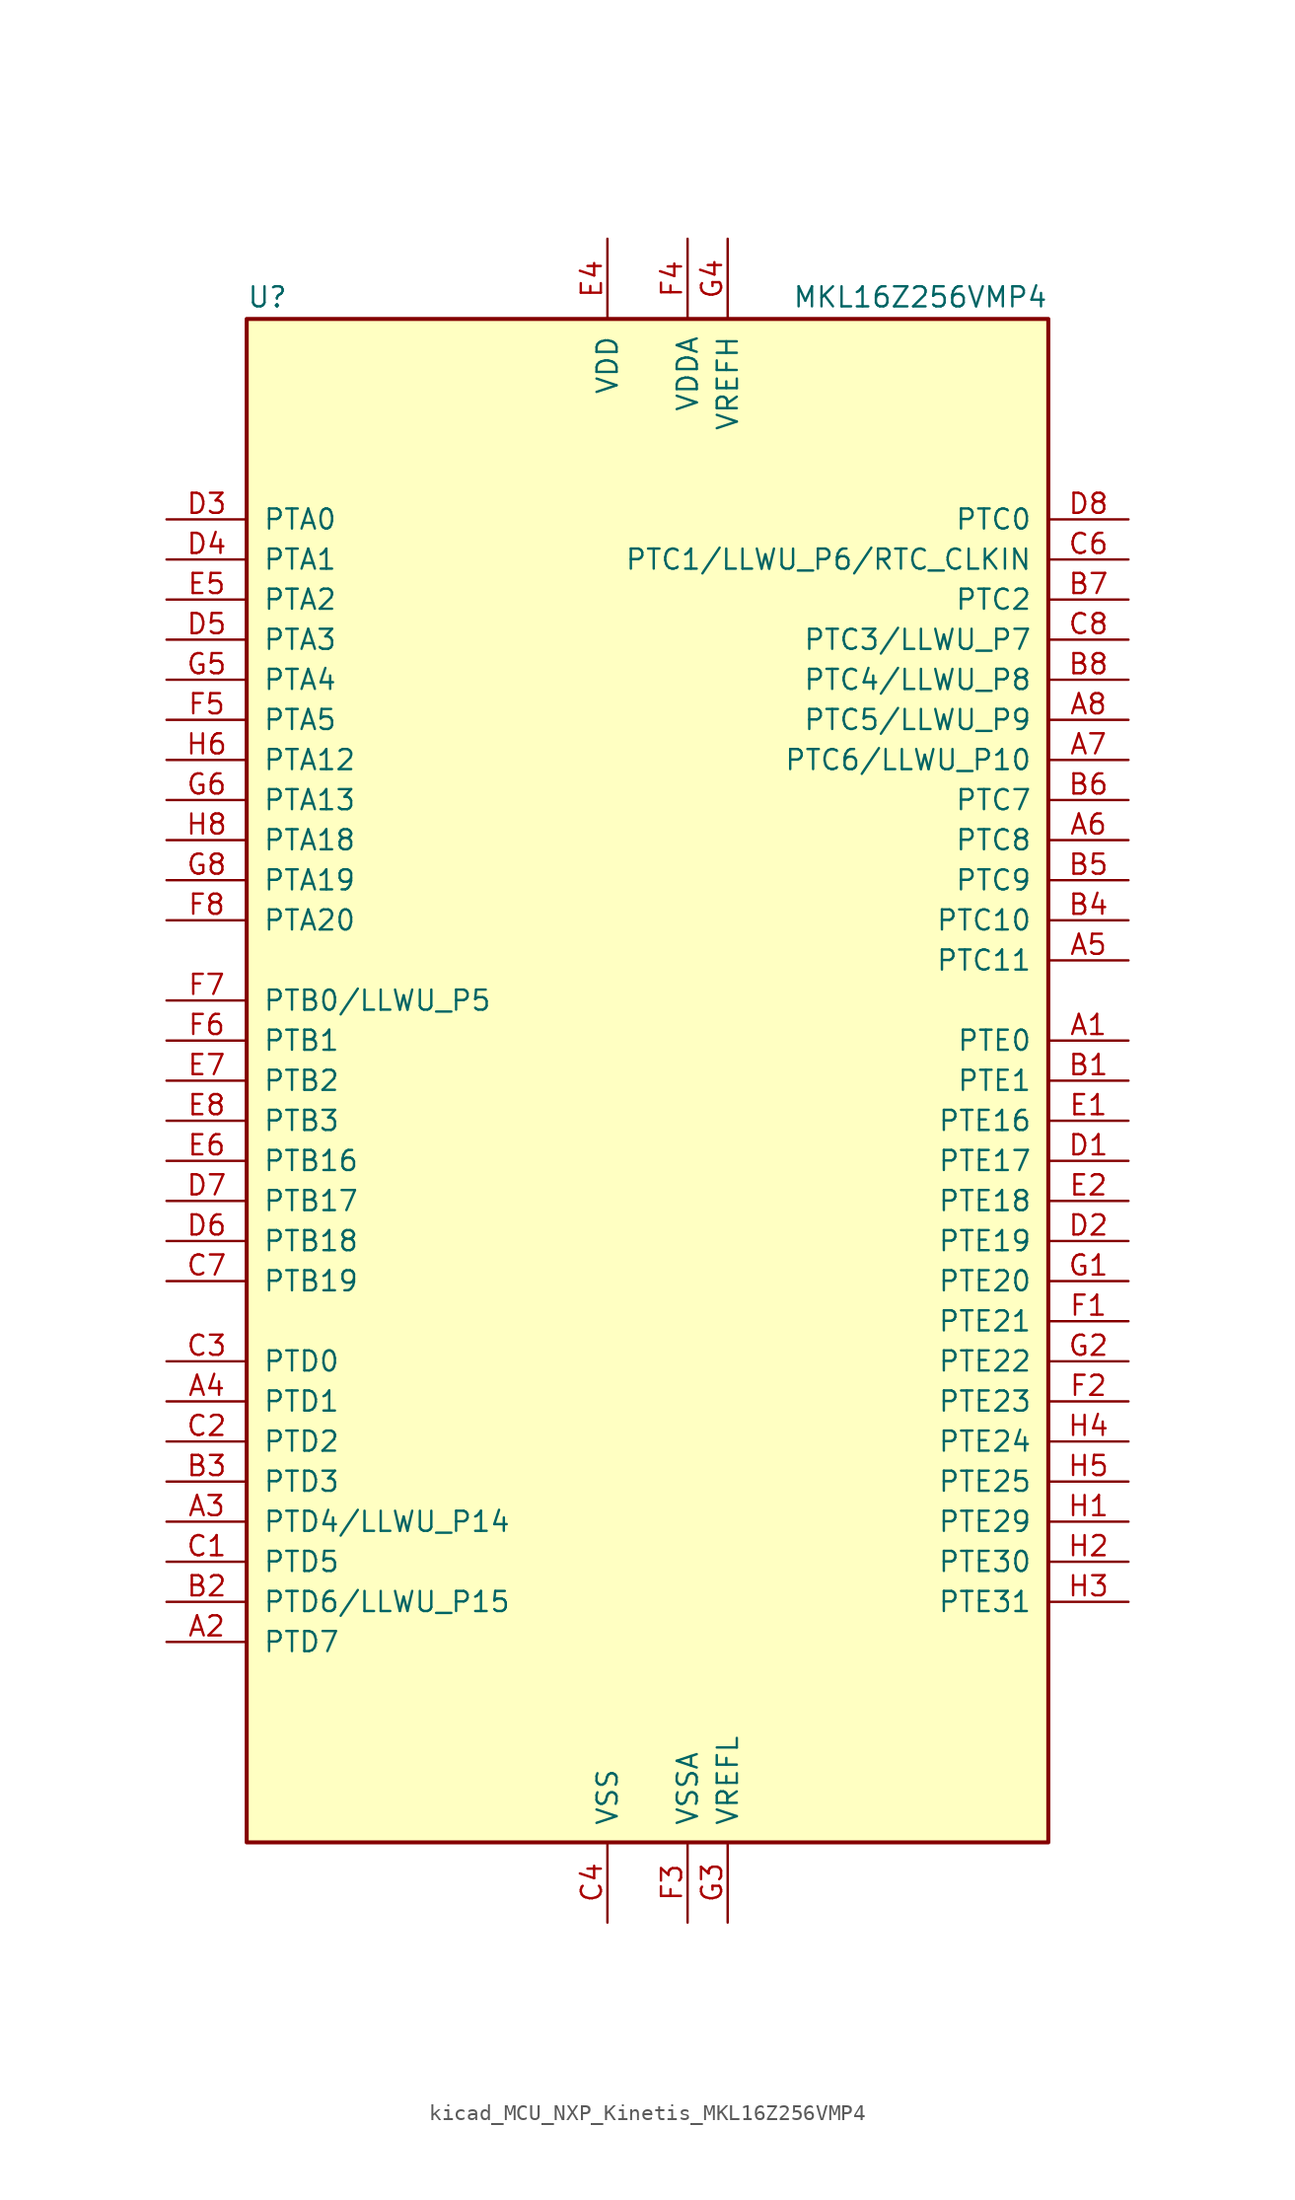
<source format=kicad_sym>
(kicad_symbol_lib
  (version 20220914)
  (generator kicad_symbol_editor)
  (symbol "kicad_MCU_NXP_Kinetis_MKL16Z256VMP4"
    (pin_names
      (offset 1.016))
    (property "Reference" "U"
      (at -25.4 48.895 0)
      (effects (font (size 1.27 1.27)) (justify left bottom)))
    (property "Value" "MKL16Z256VMP4"
      (at 25.4 48.895 0)
      (effects (font (size 1.27 1.27)) (justify right bottom)))
    (symbol "kicad_MCU_NXP_Kinetis_MKL16Z256VMP4_0_1"
      (rectangle (start -25.4 48.26) (end 25.4 -48.26) (stroke (width 0.254) (type default)) (fill (type background))))
    (symbol "kicad_MCU_NXP_Kinetis_MKL16Z256VMP4_1_1"
      (pin bidirectional line (at 30.48 2.54 180) (length 5.08) (name "PTE0" (effects (font (size 1.27 1.27)))) (number "A1" (effects (font (size 1.27 1.27)))))
      (pin bidirectional line (at -30.48 -35.56 0) (length 5.08) (name "PTD7" (effects (font (size 1.27 1.27)))) (number "A2" (effects (font (size 1.27 1.27)))))
      (pin bidirectional line (at -30.48 -27.94 0) (length 5.08) (name "PTD4/LLWU_P14" (effects (font (size 1.27 1.27)))) (number "A3" (effects (font (size 1.27 1.27)))))
      (pin bidirectional line (at -30.48 -20.32 0) (length 5.08) (name "PTD1" (effects (font (size 1.27 1.27)))) (number "A4" (effects (font (size 1.27 1.27)))))
      (pin bidirectional line (at 30.48 7.62 180) (length 5.08) (name "PTC11" (effects (font (size 1.27 1.27)))) (number "A5" (effects (font (size 1.27 1.27)))))
      (pin bidirectional line (at 30.48 15.24 180) (length 5.08) (name "PTC8" (effects (font (size 1.27 1.27)))) (number "A6" (effects (font (size 1.27 1.27)))))
      (pin bidirectional line (at 30.48 20.32 180) (length 5.08) (name "PTC6/LLWU_P10" (effects (font (size 1.27 1.27)))) (number "A7" (effects (font (size 1.27 1.27)))))
      (pin bidirectional line (at 30.48 22.86 180) (length 5.08) (name "PTC5/LLWU_P9" (effects (font (size 1.27 1.27)))) (number "A8" (effects (font (size 1.27 1.27)))))
      (pin bidirectional line (at 30.48 0 180) (length 5.08) (name "PTE1" (effects (font (size 1.27 1.27)))) (number "B1" (effects (font (size 1.27 1.27)))))
      (pin bidirectional line (at -30.48 -33.02 0) (length 5.08) (name "PTD6/LLWU_P15" (effects (font (size 1.27 1.27)))) (number "B2" (effects (font (size 1.27 1.27)))))
      (pin bidirectional line (at -30.48 -25.4 0) (length 5.08) (name "PTD3" (effects (font (size 1.27 1.27)))) (number "B3" (effects (font (size 1.27 1.27)))))
      (pin bidirectional line (at 30.48 10.16 180) (length 5.08) (name "PTC10" (effects (font (size 1.27 1.27)))) (number "B4" (effects (font (size 1.27 1.27)))))
      (pin bidirectional line (at 30.48 12.7 180) (length 5.08) (name "PTC9" (effects (font (size 1.27 1.27)))) (number "B5" (effects (font (size 1.27 1.27)))))
      (pin bidirectional line (at 30.48 17.78 180) (length 5.08) (name "PTC7" (effects (font (size 1.27 1.27)))) (number "B6" (effects (font (size 1.27 1.27)))))
      (pin bidirectional line (at 30.48 30.48 180) (length 5.08) (name "PTC2" (effects (font (size 1.27 1.27)))) (number "B7" (effects (font (size 1.27 1.27)))))
      (pin bidirectional line (at 30.48 25.4 180) (length 5.08) (name "PTC4/LLWU_P8" (effects (font (size 1.27 1.27)))) (number "B8" (effects (font (size 1.27 1.27)))))
      (pin bidirectional line (at -30.48 -30.48 0) (length 5.08) (name "PTD5" (effects (font (size 1.27 1.27)))) (number "C1" (effects (font (size 1.27 1.27)))))
      (pin bidirectional line (at -30.48 -22.86 0) (length 5.08) (name "PTD2" (effects (font (size 1.27 1.27)))) (number "C2" (effects (font (size 1.27 1.27)))))
      (pin bidirectional line (at -30.48 -17.78 0) (length 5.08) (name "PTD0" (effects (font (size 1.27 1.27)))) (number "C3" (effects (font (size 1.27 1.27)))))
      (pin power_in line (at -2.54 -53.34 90) (length 5.08) (name "VSS" (effects (font (size 1.27 1.27)))) (number "C4" (effects (font (size 1.27 1.27)))))
      (pin no_connect line (at -15.24 -48.26 90) (length 5.08) hide (name "NC" (effects (font (size 1.27 1.27)))) (number "C5" (effects (font (size 1.27 1.27)))))
      (pin bidirectional line (at 30.48 33.02 180) (length 5.08) (name "PTC1/LLWU_P6/RTC_CLKIN" (effects (font (size 1.27 1.27)))) (number "C6" (effects (font (size 1.27 1.27)))))
      (pin bidirectional line (at -30.48 -12.7 0) (length 5.08) (name "PTB19" (effects (font (size 1.27 1.27)))) (number "C7" (effects (font (size 1.27 1.27)))))
      (pin bidirectional line (at 30.48 27.94 180) (length 5.08) (name "PTC3/LLWU_P7" (effects (font (size 1.27 1.27)))) (number "C8" (effects (font (size 1.27 1.27)))))
      (pin bidirectional line (at 30.48 -5.08 180) (length 5.08) (name "PTE17" (effects (font (size 1.27 1.27)))) (number "D1" (effects (font (size 1.27 1.27)))))
      (pin bidirectional line (at 30.48 -10.16 180) (length 5.08) (name "PTE19" (effects (font (size 1.27 1.27)))) (number "D2" (effects (font (size 1.27 1.27)))))
      (pin bidirectional line (at -30.48 35.56 0) (length 5.08) (name "PTA0" (effects (font (size 1.27 1.27)))) (number "D3" (effects (font (size 1.27 1.27)))))
      (pin bidirectional line (at -30.48 33.02 0) (length 5.08) (name "PTA1" (effects (font (size 1.27 1.27)))) (number "D4" (effects (font (size 1.27 1.27)))))
      (pin bidirectional line (at -30.48 27.94 0) (length 5.08) (name "PTA3" (effects (font (size 1.27 1.27)))) (number "D5" (effects (font (size 1.27 1.27)))))
      (pin bidirectional line (at -30.48 -10.16 0) (length 5.08) (name "PTB18" (effects (font (size 1.27 1.27)))) (number "D6" (effects (font (size 1.27 1.27)))))
      (pin bidirectional line (at -30.48 -7.62 0) (length 5.08) (name "PTB17" (effects (font (size 1.27 1.27)))) (number "D7" (effects (font (size 1.27 1.27)))))
      (pin bidirectional line (at 30.48 35.56 180) (length 5.08) (name "PTC0" (effects (font (size 1.27 1.27)))) (number "D8" (effects (font (size 1.27 1.27)))))
      (pin bidirectional line (at 30.48 -2.54 180) (length 5.08) (name "PTE16" (effects (font (size 1.27 1.27)))) (number "E1" (effects (font (size 1.27 1.27)))))
      (pin bidirectional line (at 30.48 -7.62 180) (length 5.08) (name "PTE18" (effects (font (size 1.27 1.27)))) (number "E2" (effects (font (size 1.27 1.27)))))
      (pin passive line (at -2.54 -53.34 90) (length 5.08) hide (name "VSS" (effects (font (size 1.27 1.27)))) (number "E3" (effects (font (size 1.27 1.27)))))
      (pin power_in line (at -2.54 53.34 270) (length 5.08) (name "VDD" (effects (font (size 1.27 1.27)))) (number "E4" (effects (font (size 1.27 1.27)))))
      (pin bidirectional line (at -30.48 30.48 0) (length 5.08) (name "PTA2" (effects (font (size 1.27 1.27)))) (number "E5" (effects (font (size 1.27 1.27)))))
      (pin bidirectional line (at -30.48 -5.08 0) (length 5.08) (name "PTB16" (effects (font (size 1.27 1.27)))) (number "E6" (effects (font (size 1.27 1.27)))))
      (pin bidirectional line (at -30.48 0 0) (length 5.08) (name "PTB2" (effects (font (size 1.27 1.27)))) (number "E7" (effects (font (size 1.27 1.27)))))
      (pin bidirectional line (at -30.48 -2.54 0) (length 5.08) (name "PTB3" (effects (font (size 1.27 1.27)))) (number "E8" (effects (font (size 1.27 1.27)))))
      (pin bidirectional line (at 30.48 -15.24 180) (length 5.08) (name "PTE21" (effects (font (size 1.27 1.27)))) (number "F1" (effects (font (size 1.27 1.27)))))
      (pin bidirectional line (at 30.48 -20.32 180) (length 5.08) (name "PTE23" (effects (font (size 1.27 1.27)))) (number "F2" (effects (font (size 1.27 1.27)))))
      (pin power_in line (at 2.54 -53.34 90) (length 5.08) (name "VSSA" (effects (font (size 1.27 1.27)))) (number "F3" (effects (font (size 1.27 1.27)))))
      (pin power_in line (at 2.54 53.34 270) (length 5.08) (name "VDDA" (effects (font (size 1.27 1.27)))) (number "F4" (effects (font (size 1.27 1.27)))))
      (pin bidirectional line (at -30.48 22.86 0) (length 5.08) (name "PTA5" (effects (font (size 1.27 1.27)))) (number "F5" (effects (font (size 1.27 1.27)))))
      (pin bidirectional line (at -30.48 2.54 0) (length 5.08) (name "PTB1" (effects (font (size 1.27 1.27)))) (number "F6" (effects (font (size 1.27 1.27)))))
      (pin bidirectional line (at -30.48 5.08 0) (length 5.08) (name "PTB0/LLWU_P5" (effects (font (size 1.27 1.27)))) (number "F7" (effects (font (size 1.27 1.27)))))
      (pin bidirectional line (at -30.48 10.16 0) (length 5.08) (name "PTA20" (effects (font (size 1.27 1.27)))) (number "F8" (effects (font (size 1.27 1.27)))))
      (pin bidirectional line (at 30.48 -12.7 180) (length 5.08) (name "PTE20" (effects (font (size 1.27 1.27)))) (number "G1" (effects (font (size 1.27 1.27)))))
      (pin bidirectional line (at 30.48 -17.78 180) (length 5.08) (name "PTE22" (effects (font (size 1.27 1.27)))) (number "G2" (effects (font (size 1.27 1.27)))))
      (pin power_in line (at 5.08 -53.34 90) (length 5.08) (name "VREFL" (effects (font (size 1.27 1.27)))) (number "G3" (effects (font (size 1.27 1.27)))))
      (pin power_in line (at 5.08 53.34 270) (length 5.08) (name "VREFH" (effects (font (size 1.27 1.27)))) (number "G4" (effects (font (size 1.27 1.27)))))
      (pin bidirectional line (at -30.48 25.4 0) (length 5.08) (name "PTA4" (effects (font (size 1.27 1.27)))) (number "G5" (effects (font (size 1.27 1.27)))))
      (pin bidirectional line (at -30.48 17.78 0) (length 5.08) (name "PTA13" (effects (font (size 1.27 1.27)))) (number "G6" (effects (font (size 1.27 1.27)))))
      (pin passive line (at -2.54 53.34 270) (length 5.08) hide (name "VDD" (effects (font (size 1.27 1.27)))) (number "G7" (effects (font (size 1.27 1.27)))))
      (pin bidirectional line (at -30.48 12.7 0) (length 5.08) (name "PTA19" (effects (font (size 1.27 1.27)))) (number "G8" (effects (font (size 1.27 1.27)))))
      (pin bidirectional line (at 30.48 -27.94 180) (length 5.08) (name "PTE29" (effects (font (size 1.27 1.27)))) (number "H1" (effects (font (size 1.27 1.27)))))
      (pin bidirectional line (at 30.48 -30.48 180) (length 5.08) (name "PTE30" (effects (font (size 1.27 1.27)))) (number "H2" (effects (font (size 1.27 1.27)))))
      (pin bidirectional line (at 30.48 -33.02 180) (length 5.08) (name "PTE31" (effects (font (size 1.27 1.27)))) (number "H3" (effects (font (size 1.27 1.27)))))
      (pin bidirectional line (at 30.48 -22.86 180) (length 5.08) (name "PTE24" (effects (font (size 1.27 1.27)))) (number "H4" (effects (font (size 1.27 1.27)))))
      (pin bidirectional line (at 30.48 -25.4 180) (length 5.08) (name "PTE25" (effects (font (size 1.27 1.27)))) (number "H5" (effects (font (size 1.27 1.27)))))
      (pin bidirectional line (at -30.48 20.32 0) (length 5.08) (name "PTA12" (effects (font (size 1.27 1.27)))) (number "H6" (effects (font (size 1.27 1.27)))))
      (pin passive line (at -2.54 -53.34 90) (length 5.08) hide (name "VSS" (effects (font (size 1.27 1.27)))) (number "H7" (effects (font (size 1.27 1.27)))))
      (pin bidirectional line (at -30.48 15.24 0) (length 5.08) (name "PTA18" (effects (font (size 1.27 1.27)))) (number "H8" (effects (font (size 1.27 1.27))))))))
</source>
